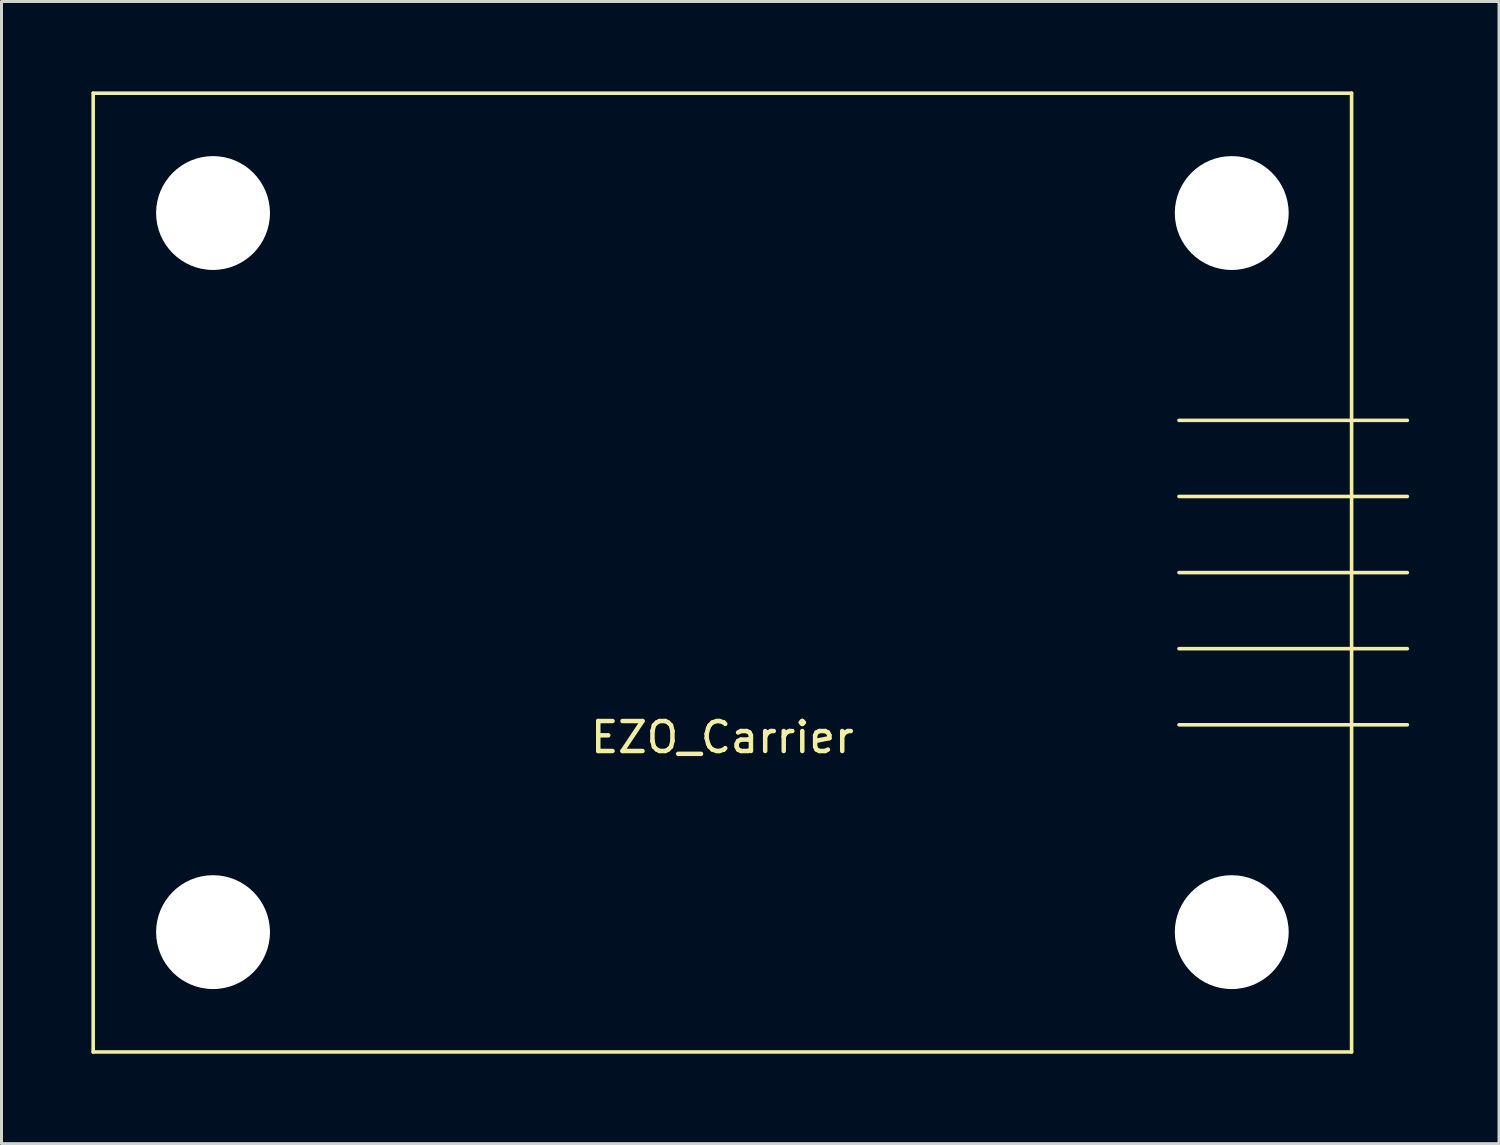
<source format=kicad_pcb>
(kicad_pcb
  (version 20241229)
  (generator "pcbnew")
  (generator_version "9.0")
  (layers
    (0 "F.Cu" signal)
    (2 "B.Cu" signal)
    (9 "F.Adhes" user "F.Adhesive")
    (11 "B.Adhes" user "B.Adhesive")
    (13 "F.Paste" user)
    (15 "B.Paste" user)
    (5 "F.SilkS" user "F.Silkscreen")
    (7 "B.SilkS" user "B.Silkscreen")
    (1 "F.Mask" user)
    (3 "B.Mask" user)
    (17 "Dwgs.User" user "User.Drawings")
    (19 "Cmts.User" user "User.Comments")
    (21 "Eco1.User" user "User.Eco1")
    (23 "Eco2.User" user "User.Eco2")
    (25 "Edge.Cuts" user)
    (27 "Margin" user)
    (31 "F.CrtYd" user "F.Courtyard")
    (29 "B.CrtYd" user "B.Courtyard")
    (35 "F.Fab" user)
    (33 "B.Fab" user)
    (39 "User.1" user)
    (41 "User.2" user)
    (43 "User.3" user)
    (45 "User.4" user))
  (footprint "EZO_Carrier"
    (layer "F.Cu")
    (at 21.06 16.06)
    (property "Reference" "EZO_Carrier" (at 0 5.5 0) (layer "F.SilkS") (effects (font (size 1 1) (thickness 0.15))))
    (attr through_hole)
    (fp_line (start -21 -16) (end 21 -16) (stroke (width 0.12) (type solid)) (layer "F.SilkS"))
    (fp_line (start -21 16) (end -21 -16) (stroke (width 0.12) (type solid)) (layer "F.SilkS"))
    (fp_line (start 15.24 -5.08) (end 22.86 -5.08) (stroke (width 0.12) (type solid)) (layer "F.SilkS"))
    (fp_line (start 15.24 -2.54) (end 22.86 -2.54) (stroke (width 0.12) (type solid)) (layer "F.SilkS"))
    (fp_line (start 15.24 2.54) (end 22.86 2.54) (stroke (width 0.12) (type solid)) (layer "F.SilkS"))
    (fp_line (start 15.24 5.08) (end 22.86 5.08) (stroke (width 0.12) (type solid)) (layer "F.SilkS"))
    (fp_line (start 21 -16) (end 21 16) (stroke (width 0.12) (type solid)) (layer "F.SilkS"))
    (fp_line (start 21 16) (end -21 16) (stroke (width 0.12) (type solid)) (layer "F.SilkS"))
    (fp_line (start 22.86 0) (end 15.24 0) (stroke (width 0.12) (type solid)) (layer "F.SilkS"))
    (pad "" np_thru_hole circle (at -17 -12) (size 3.8 3.8) (drill 3.8) (layers "*.Cu" "*.Mask"))
    (pad "" np_thru_hole circle (at -17 12) (size 3.8 3.8) (drill 3.8) (layers "*.Cu" "*.Mask"))
    (pad "" np_thru_hole circle (at 17 -12) (size 3.8 3.8) (drill 3.8) (layers "*.Cu" "*.Mask"))
    (pad "" np_thru_hole circle (at 17 12) (size 3.8 3.8) (drill 3.8) (layers "*.Cu" "*.Mask")))
  (gr_rect
    (start -3 -3)
    (end 46.98 35.12)
    (stroke (width 0.1) (type default))
    (fill no)
    (layer "Edge.Cuts")))
</source>
